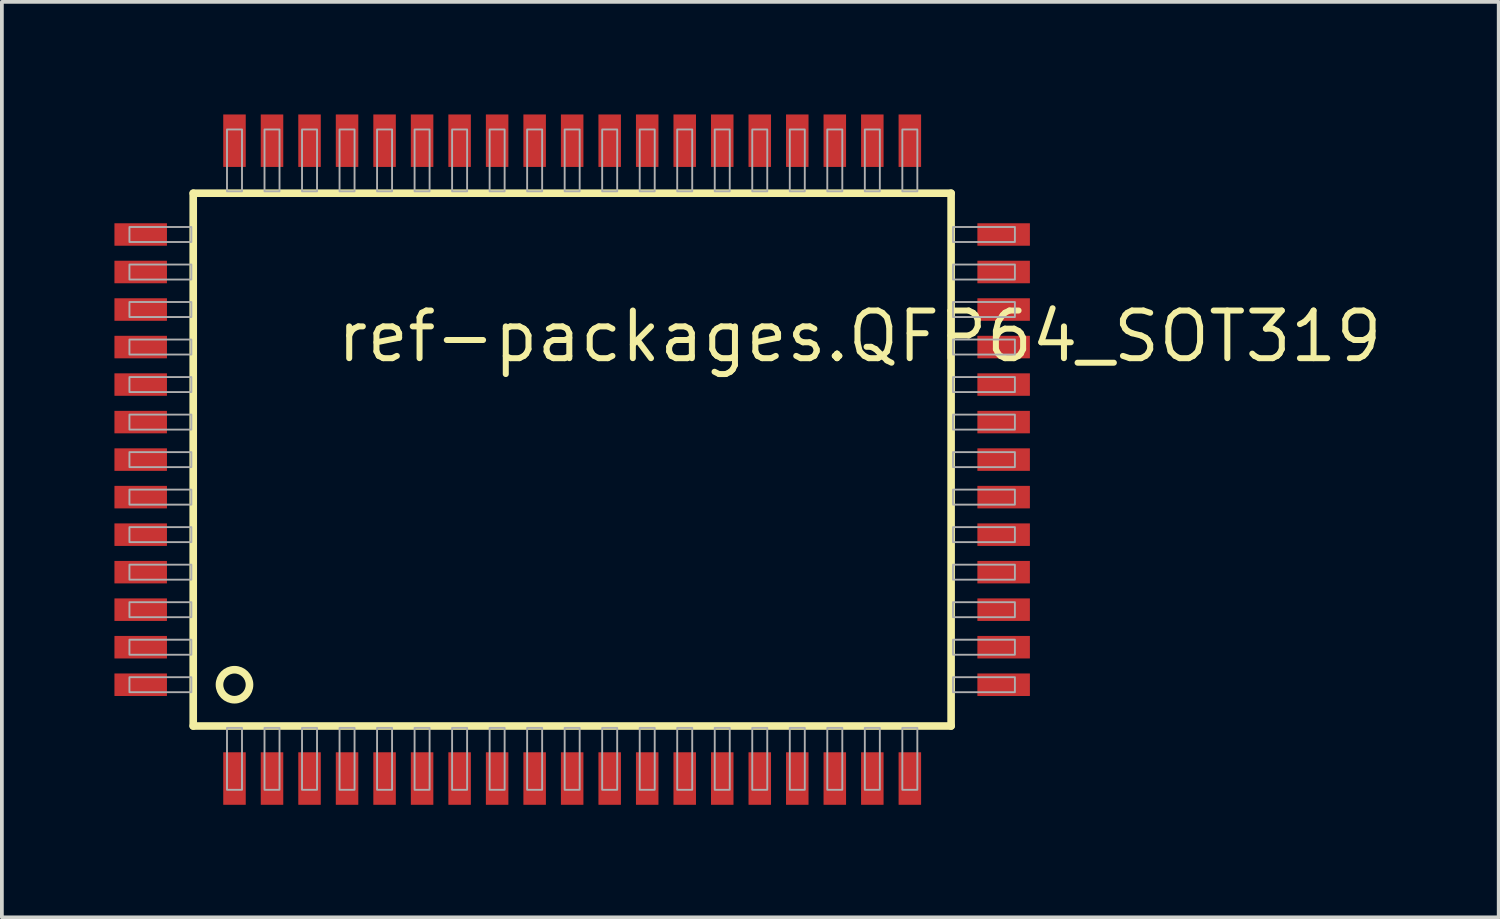
<source format=kicad_pcb>
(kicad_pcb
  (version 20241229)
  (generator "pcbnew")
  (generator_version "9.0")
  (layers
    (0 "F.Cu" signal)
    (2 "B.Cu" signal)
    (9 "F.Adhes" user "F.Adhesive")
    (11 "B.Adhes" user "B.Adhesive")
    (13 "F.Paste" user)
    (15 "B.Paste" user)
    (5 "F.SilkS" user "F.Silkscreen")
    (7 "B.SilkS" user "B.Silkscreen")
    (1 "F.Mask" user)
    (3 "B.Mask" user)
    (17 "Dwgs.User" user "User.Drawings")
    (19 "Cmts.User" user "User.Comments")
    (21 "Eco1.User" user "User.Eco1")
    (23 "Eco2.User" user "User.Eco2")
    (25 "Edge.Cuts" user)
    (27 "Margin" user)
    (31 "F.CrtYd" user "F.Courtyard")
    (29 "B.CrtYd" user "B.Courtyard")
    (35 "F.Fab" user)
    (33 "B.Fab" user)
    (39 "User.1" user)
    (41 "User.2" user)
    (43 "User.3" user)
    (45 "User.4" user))
  (footprint "ref-packages.QFP64_SOT319"
    (layer "F.Cu")
    (at 12.2 9.2)
    (property "Reference" "ref-packages.QFP64_SOT319" (at -6.35 -2.54 0) (layer "F.SilkS") (effects (font (size 1.27 1.27) (thickness 0.16)) (justify left bottom)))
    (attr smd)
    (fp_line (start -10.1 -7.1) (end 10.1 -7.1) (stroke (width 0.203) (type default)) (layer "F.SilkS"))
    (fp_line (start -10.1 7.1) (end -10.1 -7.1) (stroke (width 0.203) (type default)) (layer "F.SilkS"))
    (fp_line (start 10.1 -7.1) (end 10.1 7.1) (stroke (width 0.203) (type default)) (layer "F.SilkS"))
    (fp_line (start 10.1 7.1) (end -10.1 7.1) (stroke (width 0.203) (type default)) (layer "F.SilkS"))
    (fp_circle (center -9 6) (end -8.6 6) (stroke (width 0.203) (type default)) (fill no) (layer "F.SilkS"))
    (fp_rect (start -11.8 -5.8) (end -10.15 -6.2) (stroke (width 0.05) (type default)) (fill no) (layer "F.Fab"))
    (fp_rect (start -11.8 -4.8) (end -10.15 -5.2) (stroke (width 0.05) (type default)) (fill no) (layer "F.Fab"))
    (fp_rect (start -11.8 -3.8) (end -10.15 -4.2) (stroke (width 0.05) (type default)) (fill no) (layer "F.Fab"))
    (fp_rect (start -11.8 -2.8) (end -10.15 -3.2) (stroke (width 0.05) (type default)) (fill no) (layer "F.Fab"))
    (fp_rect (start -11.8 -1.8) (end -10.15 -2.2) (stroke (width 0.05) (type default)) (fill no) (layer "F.Fab"))
    (fp_rect (start -11.8 -0.8) (end -10.15 -1.2) (stroke (width 0.05) (type default)) (fill no) (layer "F.Fab"))
    (fp_rect (start -11.8 0.2) (end -10.15 -0.2) (stroke (width 0.05) (type default)) (fill no) (layer "F.Fab"))
    (fp_rect (start -11.8 1.2) (end -10.15 0.8) (stroke (width 0.05) (type default)) (fill no) (layer "F.Fab"))
    (fp_rect (start -11.8 2.2) (end -10.15 1.8) (stroke (width 0.05) (type default)) (fill no) (layer "F.Fab"))
    (fp_rect (start -11.8 3.2) (end -10.15 2.8) (stroke (width 0.05) (type default)) (fill no) (layer "F.Fab"))
    (fp_rect (start -11.8 4.2) (end -10.15 3.8) (stroke (width 0.05) (type default)) (fill no) (layer "F.Fab"))
    (fp_rect (start -11.8 5.2) (end -10.15 4.8) (stroke (width 0.05) (type default)) (fill no) (layer "F.Fab"))
    (fp_rect (start -11.8 6.2) (end -10.15 5.8) (stroke (width 0.05) (type default)) (fill no) (layer "F.Fab"))
    (fp_rect (start -9.2 -7.15) (end -8.8 -8.8) (stroke (width 0.05) (type default)) (fill no) (layer "F.Fab"))
    (fp_rect (start -9.2 8.8) (end -8.8 7.15) (stroke (width 0.05) (type default)) (fill no) (layer "F.Fab"))
    (fp_rect (start -8.2 -7.15) (end -7.8 -8.8) (stroke (width 0.05) (type default)) (fill no) (layer "F.Fab"))
    (fp_rect (start -8.2 8.8) (end -7.8 7.15) (stroke (width 0.05) (type default)) (fill no) (layer "F.Fab"))
    (fp_rect (start -7.2 -7.15) (end -6.8 -8.8) (stroke (width 0.05) (type default)) (fill no) (layer "F.Fab"))
    (fp_rect (start -7.2 8.8) (end -6.8 7.15) (stroke (width 0.05) (type default)) (fill no) (layer "F.Fab"))
    (fp_rect (start -6.2 -7.15) (end -5.8 -8.8) (stroke (width 0.05) (type default)) (fill no) (layer "F.Fab"))
    (fp_rect (start -6.2 8.8) (end -5.8 7.15) (stroke (width 0.05) (type default)) (fill no) (layer "F.Fab"))
    (fp_rect (start -5.2 -7.15) (end -4.8 -8.8) (stroke (width 0.05) (type default)) (fill no) (layer "F.Fab"))
    (fp_rect (start -5.2 8.8) (end -4.8 7.15) (stroke (width 0.05) (type default)) (fill no) (layer "F.Fab"))
    (fp_rect (start -4.2 -7.15) (end -3.8 -8.8) (stroke (width 0.05) (type default)) (fill no) (layer "F.Fab"))
    (fp_rect (start -4.2 8.8) (end -3.8 7.15) (stroke (width 0.05) (type default)) (fill no) (layer "F.Fab"))
    (fp_rect (start -3.2 -7.15) (end -2.8 -8.8) (stroke (width 0.05) (type default)) (fill no) (layer "F.Fab"))
    (fp_rect (start -3.2 8.8) (end -2.8 7.15) (stroke (width 0.05) (type default)) (fill no) (layer "F.Fab"))
    (fp_rect (start -2.2 -7.15) (end -1.8 -8.8) (stroke (width 0.05) (type default)) (fill no) (layer "F.Fab"))
    (fp_rect (start -2.2 8.8) (end -1.8 7.15) (stroke (width 0.05) (type default)) (fill no) (layer "F.Fab"))
    (fp_rect (start -1.2 -7.15) (end -0.8 -8.8) (stroke (width 0.05) (type default)) (fill no) (layer "F.Fab"))
    (fp_rect (start -1.2 8.8) (end -0.8 7.15) (stroke (width 0.05) (type default)) (fill no) (layer "F.Fab"))
    (fp_rect (start -0.2 -7.15) (end 0.2 -8.8) (stroke (width 0.05) (type default)) (fill no) (layer "F.Fab"))
    (fp_rect (start -0.2 8.8) (end 0.2 7.15) (stroke (width 0.05) (type default)) (fill no) (layer "F.Fab"))
    (fp_rect (start 0.8 -7.15) (end 1.2 -8.8) (stroke (width 0.05) (type default)) (fill no) (layer "F.Fab"))
    (fp_rect (start 0.8 8.8) (end 1.2 7.15) (stroke (width 0.05) (type default)) (fill no) (layer "F.Fab"))
    (fp_rect (start 1.8 -7.15) (end 2.2 -8.8) (stroke (width 0.05) (type default)) (fill no) (layer "F.Fab"))
    (fp_rect (start 1.8 8.8) (end 2.2 7.15) (stroke (width 0.05) (type default)) (fill no) (layer "F.Fab"))
    (fp_rect (start 2.8 -7.15) (end 3.2 -8.8) (stroke (width 0.05) (type default)) (fill no) (layer "F.Fab"))
    (fp_rect (start 2.8 8.8) (end 3.2 7.15) (stroke (width 0.05) (type default)) (fill no) (layer "F.Fab"))
    (fp_rect (start 3.8 -7.15) (end 4.2 -8.8) (stroke (width 0.05) (type default)) (fill no) (layer "F.Fab"))
    (fp_rect (start 3.8 8.8) (end 4.2 7.15) (stroke (width 0.05) (type default)) (fill no) (layer "F.Fab"))
    (fp_rect (start 4.8 -7.15) (end 5.2 -8.8) (stroke (width 0.05) (type default)) (fill no) (layer "F.Fab"))
    (fp_rect (start 4.8 8.8) (end 5.2 7.15) (stroke (width 0.05) (type default)) (fill no) (layer "F.Fab"))
    (fp_rect (start 5.8 -7.15) (end 6.2 -8.8) (stroke (width 0.05) (type default)) (fill no) (layer "F.Fab"))
    (fp_rect (start 5.8 8.8) (end 6.2 7.15) (stroke (width 0.05) (type default)) (fill no) (layer "F.Fab"))
    (fp_rect (start 6.8 -7.15) (end 7.2 -8.8) (stroke (width 0.05) (type default)) (fill no) (layer "F.Fab"))
    (fp_rect (start 6.8 8.8) (end 7.2 7.15) (stroke (width 0.05) (type default)) (fill no) (layer "F.Fab"))
    (fp_rect (start 7.8 -7.15) (end 8.2 -8.8) (stroke (width 0.05) (type default)) (fill no) (layer "F.Fab"))
    (fp_rect (start 7.8 8.8) (end 8.2 7.15) (stroke (width 0.05) (type default)) (fill no) (layer "F.Fab"))
    (fp_rect (start 8.8 -7.15) (end 9.2 -8.8) (stroke (width 0.05) (type default)) (fill no) (layer "F.Fab"))
    (fp_rect (start 8.8 8.8) (end 9.2 7.15) (stroke (width 0.05) (type default)) (fill no) (layer "F.Fab"))
    (fp_rect (start 10.15 -5.8) (end 11.8 -6.2) (stroke (width 0.05) (type default)) (fill no) (layer "F.Fab"))
    (fp_rect (start 10.15 -4.8) (end 11.8 -5.2) (stroke (width 0.05) (type default)) (fill no) (layer "F.Fab"))
    (fp_rect (start 10.15 -3.8) (end 11.8 -4.2) (stroke (width 0.05) (type default)) (fill no) (layer "F.Fab"))
    (fp_rect (start 10.15 -2.8) (end 11.8 -3.2) (stroke (width 0.05) (type default)) (fill no) (layer "F.Fab"))
    (fp_rect (start 10.15 -1.8) (end 11.8 -2.2) (stroke (width 0.05) (type default)) (fill no) (layer "F.Fab"))
    (fp_rect (start 10.15 -0.8) (end 11.8 -1.2) (stroke (width 0.05) (type default)) (fill no) (layer "F.Fab"))
    (fp_rect (start 10.15 0.2) (end 11.8 -0.2) (stroke (width 0.05) (type default)) (fill no) (layer "F.Fab"))
    (fp_rect (start 10.15 1.2) (end 11.8 0.8) (stroke (width 0.05) (type default)) (fill no) (layer "F.Fab"))
    (fp_rect (start 10.15 2.2) (end 11.8 1.8) (stroke (width 0.05) (type default)) (fill no) (layer "F.Fab"))
    (fp_rect (start 10.15 3.2) (end 11.8 2.8) (stroke (width 0.05) (type default)) (fill no) (layer "F.Fab"))
    (fp_rect (start 10.15 4.2) (end 11.8 3.8) (stroke (width 0.05) (type default)) (fill no) (layer "F.Fab"))
    (fp_rect (start 10.15 5.2) (end 11.8 4.8) (stroke (width 0.05) (type default)) (fill no) (layer "F.Fab"))
    (fp_rect (start 10.15 6.2) (end 11.8 5.8) (stroke (width 0.05) (type default)) (fill no) (layer "F.Fab"))
    (pad "1" smd roundrect (at -9 8.5) (size 0.6 1.4) (layers "F.Cu" "F.Mask" "F.Paste") (roundrect_rratio 0.01))
    (pad "2" smd roundrect (at -8 8.5) (size 0.6 1.4) (layers "F.Cu" "F.Mask" "F.Paste") (roundrect_rratio 0.01))
    (pad "3" smd roundrect (at -7 8.5) (size 0.6 1.4) (layers "F.Cu" "F.Mask" "F.Paste") (roundrect_rratio 0.01))
    (pad "4" smd roundrect (at -6 8.5) (size 0.6 1.4) (layers "F.Cu" "F.Mask" "F.Paste") (roundrect_rratio 0.01))
    (pad "5" smd roundrect (at -5 8.5) (size 0.6 1.4) (layers "F.Cu" "F.Mask" "F.Paste") (roundrect_rratio 0.01))
    (pad "6" smd roundrect (at -4 8.5) (size 0.6 1.4) (layers "F.Cu" "F.Mask" "F.Paste") (roundrect_rratio 0.01))
    (pad "7" smd roundrect (at -3 8.5) (size 0.6 1.4) (layers "F.Cu" "F.Mask" "F.Paste") (roundrect_rratio 0.01))
    (pad "8" smd roundrect (at -2 8.5) (size 0.6 1.4) (layers "F.Cu" "F.Mask" "F.Paste") (roundrect_rratio 0.01))
    (pad "9" smd roundrect (at -1 8.5) (size 0.6 1.4) (layers "F.Cu" "F.Mask" "F.Paste") (roundrect_rratio 0.01))
    (pad "10" smd roundrect (at 0 8.5) (size 0.6 1.4) (layers "F.Cu" "F.Mask" "F.Paste") (roundrect_rratio 0.01))
    (pad "11" smd roundrect (at 1 8.5) (size 0.6 1.4) (layers "F.Cu" "F.Mask" "F.Paste") (roundrect_rratio 0.01))
    (pad "12" smd roundrect (at 2 8.5) (size 0.6 1.4) (layers "F.Cu" "F.Mask" "F.Paste") (roundrect_rratio 0.01))
    (pad "13" smd roundrect (at 3 8.5) (size 0.6 1.4) (layers "F.Cu" "F.Mask" "F.Paste") (roundrect_rratio 0.01))
    (pad "14" smd roundrect (at 4 8.5) (size 0.6 1.4) (layers "F.Cu" "F.Mask" "F.Paste") (roundrect_rratio 0.01))
    (pad "15" smd roundrect (at 5 8.5) (size 0.6 1.4) (layers "F.Cu" "F.Mask" "F.Paste") (roundrect_rratio 0.01))
    (pad "16" smd roundrect (at 6 8.5) (size 0.6 1.4) (layers "F.Cu" "F.Mask" "F.Paste") (roundrect_rratio 0.01))
    (pad "17" smd roundrect (at 7 8.5) (size 0.6 1.4) (layers "F.Cu" "F.Mask" "F.Paste") (roundrect_rratio 0.01))
    (pad "18" smd roundrect (at 8 8.5) (size 0.6 1.4) (layers "F.Cu" "F.Mask" "F.Paste") (roundrect_rratio 0.01))
    (pad "19" smd roundrect (at 9 8.5) (size 0.6 1.4) (layers "F.Cu" "F.Mask" "F.Paste") (roundrect_rratio 0.01))
    (pad "20" smd roundrect (at 11.5 6) (size 1.4 0.6) (layers "F.Cu" "F.Mask" "F.Paste") (roundrect_rratio 0.01))
    (pad "21" smd roundrect (at 11.5 5) (size 1.4 0.6) (layers "F.Cu" "F.Mask" "F.Paste") (roundrect_rratio 0.01))
    (pad "22" smd roundrect (at 11.5 4) (size 1.4 0.6) (layers "F.Cu" "F.Mask" "F.Paste") (roundrect_rratio 0.01))
    (pad "23" smd roundrect (at 11.5 3) (size 1.4 0.6) (layers "F.Cu" "F.Mask" "F.Paste") (roundrect_rratio 0.01))
    (pad "24" smd roundrect (at 11.5 2) (size 1.4 0.6) (layers "F.Cu" "F.Mask" "F.Paste") (roundrect_rratio 0.01))
    (pad "25" smd roundrect (at 11.5 1) (size 1.4 0.6) (layers "F.Cu" "F.Mask" "F.Paste") (roundrect_rratio 0.01))
    (pad "26" smd roundrect (at 11.5 0) (size 1.4 0.6) (layers "F.Cu" "F.Mask" "F.Paste") (roundrect_rratio 0.01))
    (pad "27" smd roundrect (at 11.5 -1) (size 1.4 0.6) (layers "F.Cu" "F.Mask" "F.Paste") (roundrect_rratio 0.01))
    (pad "28" smd roundrect (at 11.5 -2) (size 1.4 0.6) (layers "F.Cu" "F.Mask" "F.Paste") (roundrect_rratio 0.01))
    (pad "29" smd roundrect (at 11.5 -3) (size 1.4 0.6) (layers "F.Cu" "F.Mask" "F.Paste") (roundrect_rratio 0.01))
    (pad "30" smd roundrect (at 11.5 -4) (size 1.4 0.6) (layers "F.Cu" "F.Mask" "F.Paste") (roundrect_rratio 0.01))
    (pad "31" smd roundrect (at 11.5 -5) (size 1.4 0.6) (layers "F.Cu" "F.Mask" "F.Paste") (roundrect_rratio 0.01))
    (pad "32" smd roundrect (at 11.5 -6) (size 1.4 0.6) (layers "F.Cu" "F.Mask" "F.Paste") (roundrect_rratio 0.01))
    (pad "33" smd roundrect (at 9 -8.5) (size 0.6 1.4) (layers "F.Cu" "F.Mask" "F.Paste") (roundrect_rratio 0.01))
    (pad "34" smd roundrect (at 8 -8.5) (size 0.6 1.4) (layers "F.Cu" "F.Mask" "F.Paste") (roundrect_rratio 0.01))
    (pad "35" smd roundrect (at 7 -8.5) (size 0.6 1.4) (layers "F.Cu" "F.Mask" "F.Paste") (roundrect_rratio 0.01))
    (pad "36" smd roundrect (at 6 -8.5) (size 0.6 1.4) (layers "F.Cu" "F.Mask" "F.Paste") (roundrect_rratio 0.01))
    (pad "37" smd roundrect (at 5 -8.5) (size 0.6 1.4) (layers "F.Cu" "F.Mask" "F.Paste") (roundrect_rratio 0.01))
    (pad "38" smd roundrect (at 4 -8.5) (size 0.6 1.4) (layers "F.Cu" "F.Mask" "F.Paste") (roundrect_rratio 0.01))
    (pad "39" smd roundrect (at 3 -8.5) (size 0.6 1.4) (layers "F.Cu" "F.Mask" "F.Paste") (roundrect_rratio 0.01))
    (pad "40" smd roundrect (at 2 -8.5) (size 0.6 1.4) (layers "F.Cu" "F.Mask" "F.Paste") (roundrect_rratio 0.01))
    (pad "41" smd roundrect (at 1 -8.5) (size 0.6 1.4) (layers "F.Cu" "F.Mask" "F.Paste") (roundrect_rratio 0.01))
    (pad "42" smd roundrect (at 0 -8.5) (size 0.6 1.4) (layers "F.Cu" "F.Mask" "F.Paste") (roundrect_rratio 0.01))
    (pad "43" smd roundrect (at -1 -8.5) (size 0.6 1.4) (layers "F.Cu" "F.Mask" "F.Paste") (roundrect_rratio 0.01))
    (pad "44" smd roundrect (at -2 -8.5) (size 0.6 1.4) (layers "F.Cu" "F.Mask" "F.Paste") (roundrect_rratio 0.01))
    (pad "45" smd roundrect (at -3 -8.5) (size 0.6 1.4) (layers "F.Cu" "F.Mask" "F.Paste") (roundrect_rratio 0.01))
    (pad "46" smd roundrect (at -4 -8.5) (size 0.6 1.4) (layers "F.Cu" "F.Mask" "F.Paste") (roundrect_rratio 0.01))
    (pad "47" smd roundrect (at -5 -8.5) (size 0.6 1.4) (layers "F.Cu" "F.Mask" "F.Paste") (roundrect_rratio 0.01))
    (pad "48" smd roundrect (at -6 -8.5) (size 0.6 1.4) (layers "F.Cu" "F.Mask" "F.Paste") (roundrect_rratio 0.01))
    (pad "49" smd roundrect (at -7 -8.5) (size 0.6 1.4) (layers "F.Cu" "F.Mask" "F.Paste") (roundrect_rratio 0.01))
    (pad "50" smd roundrect (at -8 -8.5) (size 0.6 1.4) (layers "F.Cu" "F.Mask" "F.Paste") (roundrect_rratio 0.01))
    (pad "51" smd roundrect (at -9 -8.5) (size 0.6 1.4) (layers "F.Cu" "F.Mask" "F.Paste") (roundrect_rratio 0.01))
    (pad "52" smd roundrect (at -11.5 -6) (size 1.4 0.6) (layers "F.Cu" "F.Mask" "F.Paste") (roundrect_rratio 0.01))
    (pad "53" smd roundrect (at -11.5 -5) (size 1.4 0.6) (layers "F.Cu" "F.Mask" "F.Paste") (roundrect_rratio 0.01))
    (pad "54" smd roundrect (at -11.5 -4) (size 1.4 0.6) (layers "F.Cu" "F.Mask" "F.Paste") (roundrect_rratio 0.01))
    (pad "55" smd roundrect (at -11.5 -3) (size 1.4 0.6) (layers "F.Cu" "F.Mask" "F.Paste") (roundrect_rratio 0.01))
    (pad "56" smd roundrect (at -11.5 -2) (size 1.4 0.6) (layers "F.Cu" "F.Mask" "F.Paste") (roundrect_rratio 0.01))
    (pad "57" smd roundrect (at -11.5 -1) (size 1.4 0.6) (layers "F.Cu" "F.Mask" "F.Paste") (roundrect_rratio 0.01))
    (pad "58" smd roundrect (at -11.5 0) (size 1.4 0.6) (layers "F.Cu" "F.Mask" "F.Paste") (roundrect_rratio 0.01))
    (pad "59" smd roundrect (at -11.5 1) (size 1.4 0.6) (layers "F.Cu" "F.Mask" "F.Paste") (roundrect_rratio 0.01))
    (pad "60" smd roundrect (at -11.5 2) (size 1.4 0.6) (layers "F.Cu" "F.Mask" "F.Paste") (roundrect_rratio 0.01))
    (pad "61" smd roundrect (at -11.5 3) (size 1.4 0.6) (layers "F.Cu" "F.Mask" "F.Paste") (roundrect_rratio 0.01))
    (pad "62" smd roundrect (at -11.5 4) (size 1.4 0.6) (layers "F.Cu" "F.Mask" "F.Paste") (roundrect_rratio 0.01))
    (pad "63" smd roundrect (at -11.5 5) (size 1.4 0.6) (layers "F.Cu" "F.Mask" "F.Paste") (roundrect_rratio 0.01))
    (pad "64" smd roundrect (at -11.5 6) (size 1.4 0.6) (layers "F.Cu" "F.Mask" "F.Paste") (roundrect_rratio 0.01)))
  (gr_rect
    (start -3 -3)
    (end 36.895 21.4)
    (stroke (width 0.1) (type default))
    (fill no)
    (layer "Edge.Cuts")))
</source>
